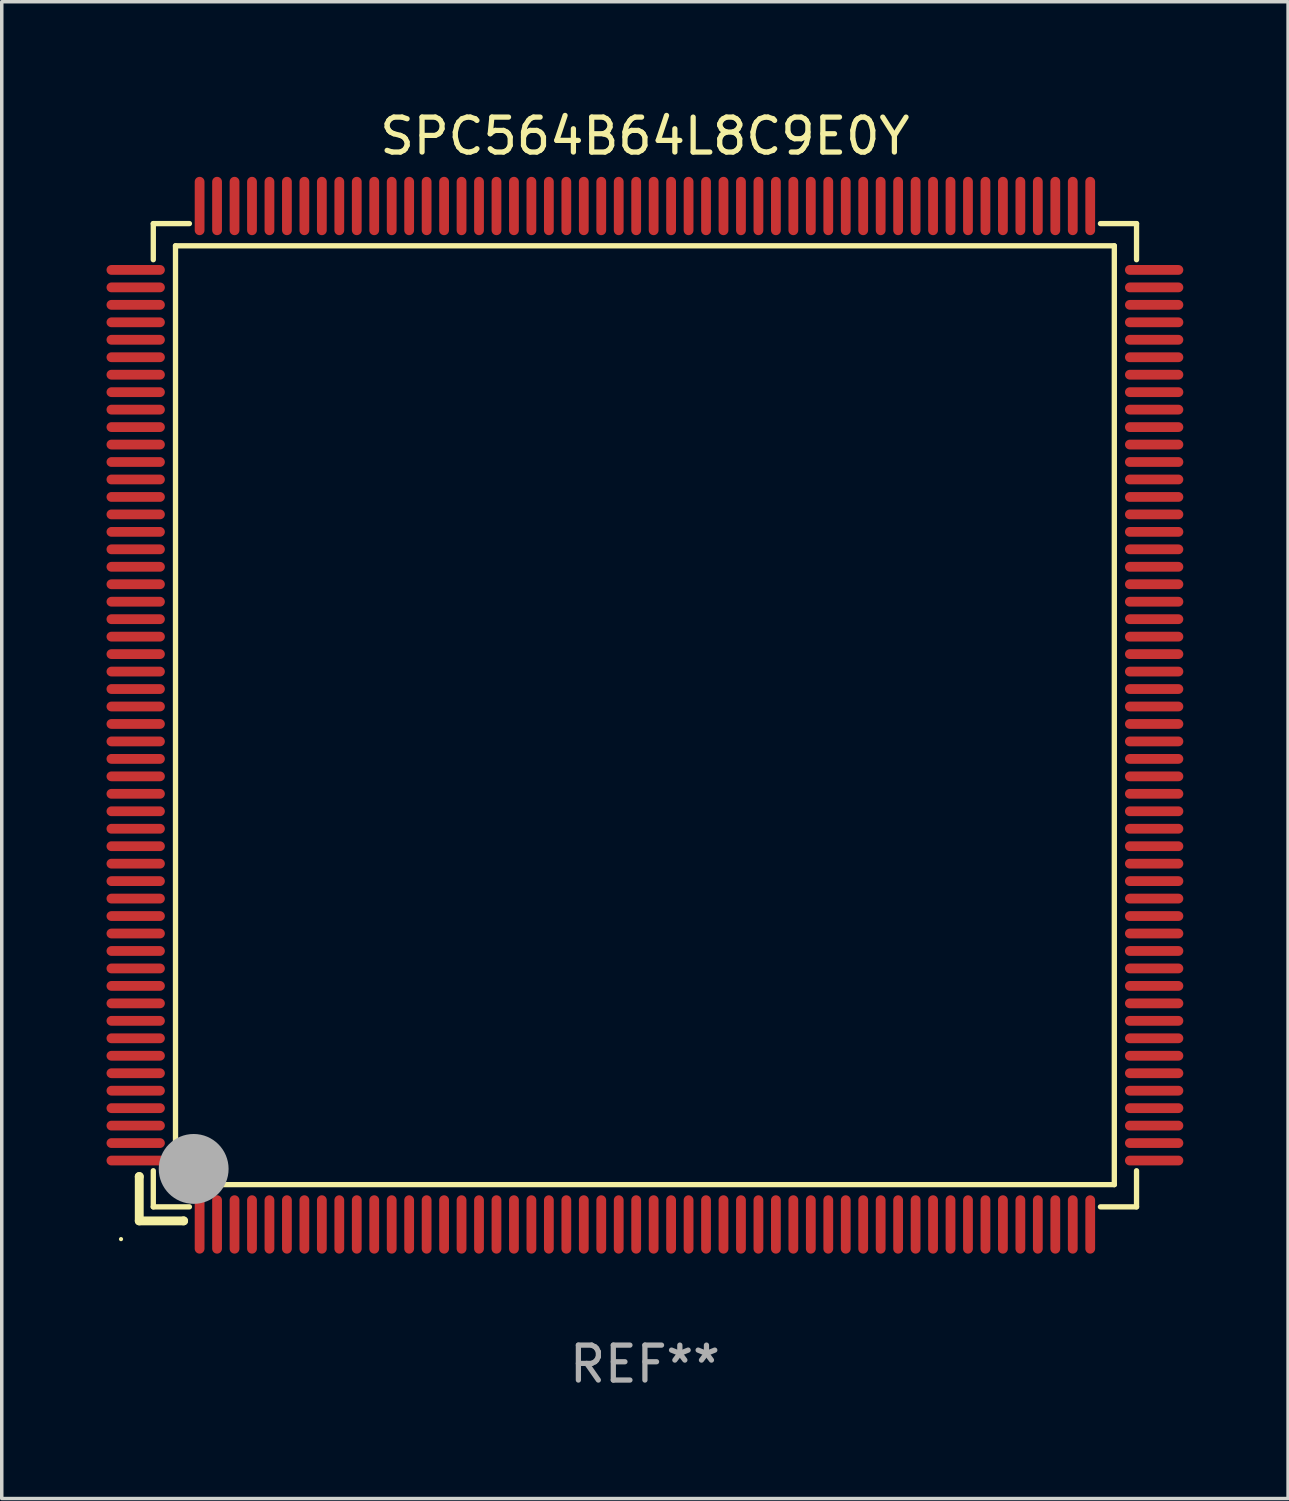
<source format=kicad_pcb>
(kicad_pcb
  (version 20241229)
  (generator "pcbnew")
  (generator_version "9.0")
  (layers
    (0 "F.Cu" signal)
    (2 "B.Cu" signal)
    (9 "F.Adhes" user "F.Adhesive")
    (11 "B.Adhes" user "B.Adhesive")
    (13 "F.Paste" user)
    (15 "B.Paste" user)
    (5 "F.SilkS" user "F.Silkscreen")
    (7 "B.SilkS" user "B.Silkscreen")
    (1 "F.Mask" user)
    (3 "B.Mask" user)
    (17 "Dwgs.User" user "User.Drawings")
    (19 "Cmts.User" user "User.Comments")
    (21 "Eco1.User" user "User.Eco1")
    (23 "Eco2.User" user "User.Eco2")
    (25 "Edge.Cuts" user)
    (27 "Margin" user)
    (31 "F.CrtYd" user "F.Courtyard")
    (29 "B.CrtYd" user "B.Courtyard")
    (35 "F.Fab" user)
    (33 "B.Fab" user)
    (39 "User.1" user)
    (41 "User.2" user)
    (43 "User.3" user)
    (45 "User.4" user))
  (footprint "SPC564B64L8C9E0Y"
    (layer "F.Cu")
    (at 15.415 17.428)
    (property "Reference" "SPC564B64L8C9E0Y" (at 0 -16.58 0) (layer "F.SilkS") (effects (font (size 1 1) (thickness 0.15))))
    (attr through_hole)
    (fp_line (start -14.478 13.208) (end -14.478 13.208) (stroke (width 0.254) (type solid)) (layer "F.SilkS"))
    (fp_line (start -14.478 13.208) (end -14.478 14.478) (stroke (width 0.254) (type solid)) (layer "F.SilkS"))
    (fp_line (start -14.478 14.478) (end -13.208 14.478) (stroke (width 0.254) (type solid)) (layer "F.SilkS"))
    (fp_line (start -14.076 -14.076) (end -14.076 -13.042) (stroke (width 0.152) (type solid)) (layer "F.SilkS"))
    (fp_line (start -14.076 14.076) (end -14.076 13.042) (stroke (width 0.152) (type solid)) (layer "F.SilkS"))
    (fp_line (start -13.44 -13.44) (end 13.44 -13.44) (stroke (width 0.152) (type solid)) (layer "F.SilkS"))
    (fp_line (start -13.44 13.44) (end -13.44 -13.44) (stroke (width 0.152) (type solid)) (layer "F.SilkS"))
    (fp_line (start -13.208 14.478) (end -13.208 14.478) (stroke (width 0.254) (type solid)) (layer "F.SilkS"))
    (fp_line (start -13.042 -14.076) (end -14.076 -14.076) (stroke (width 0.152) (type solid)) (layer "F.SilkS"))
    (fp_line (start -13.042 14.076) (end -14.076 14.076) (stroke (width 0.152) (type solid)) (layer "F.SilkS"))
    (fp_line (start 13.042 -14.076) (end 14.076 -14.076) (stroke (width 0.152) (type solid)) (layer "F.SilkS"))
    (fp_line (start 13.042 14.076) (end 14.076 14.076) (stroke (width 0.152) (type solid)) (layer "F.SilkS"))
    (fp_line (start 13.44 -13.44) (end 13.44 13.44) (stroke (width 0.152) (type solid)) (layer "F.SilkS"))
    (fp_line (start 13.44 13.44) (end -13.44 13.44) (stroke (width 0.152) (type solid)) (layer "F.SilkS"))
    (fp_line (start 14.076 -14.076) (end 14.076 -13.042) (stroke (width 0.152) (type solid)) (layer "F.SilkS"))
    (fp_line (start 14.076 14.076) (end 14.076 13.042) (stroke (width 0.152) (type solid)) (layer "F.SilkS"))
    (fp_circle (center -15 15) (end -14.97 15) (stroke (width 0.06) (type solid)) (fill no) (layer "F.SilkS"))
    (fp_circle (center -13.138 13.138) (end -13.063 13.138) (stroke (width 0.15) (type solid)) (fill no) (layer "F.SilkS"))
    (fp_circle (center -12.92 12.99) (end -12.42 12.99) (stroke (width 1) (type solid)) (fill no) (layer "F.Fab"))
    (fp_text user "REF**" (at 0 18.58 0) (layer "F.Fab") (effects (font (size 1 1) (thickness 0.15))))
    (pad "1" smd oval (at -12.75 14.58) (size 0.28 1.67) (layers "F.Cu" "F.Mask" "F.Paste"))
    (pad "2" smd oval (at -12.25 14.58) (size 0.28 1.67) (layers "F.Cu" "F.Mask" "F.Paste"))
    (pad "3" smd oval (at -11.75 14.58) (size 0.28 1.67) (layers "F.Cu" "F.Mask" "F.Paste"))
    (pad "4" smd oval (at -11.25 14.58) (size 0.28 1.67) (layers "F.Cu" "F.Mask" "F.Paste"))
    (pad "5" smd oval (at -10.75 14.58) (size 0.28 1.67) (layers "F.Cu" "F.Mask" "F.Paste"))
    (pad "6" smd oval (at -10.25 14.58) (size 0.28 1.67) (layers "F.Cu" "F.Mask" "F.Paste"))
    (pad "7" smd oval (at -9.75 14.58) (size 0.28 1.67) (layers "F.Cu" "F.Mask" "F.Paste"))
    (pad "8" smd oval (at -9.25 14.58) (size 0.28 1.67) (layers "F.Cu" "F.Mask" "F.Paste"))
    (pad "9" smd oval (at -8.75 14.58) (size 0.28 1.67) (layers "F.Cu" "F.Mask" "F.Paste"))
    (pad "10" smd oval (at -8.25 14.58) (size 0.28 1.67) (layers "F.Cu" "F.Mask" "F.Paste"))
    (pad "11" smd oval (at -7.75 14.58) (size 0.28 1.67) (layers "F.Cu" "F.Mask" "F.Paste"))
    (pad "12" smd oval (at -7.25 14.58) (size 0.28 1.67) (layers "F.Cu" "F.Mask" "F.Paste"))
    (pad "13" smd oval (at -6.75 14.58) (size 0.28 1.67) (layers "F.Cu" "F.Mask" "F.Paste"))
    (pad "14" smd oval (at -6.25 14.58) (size 0.28 1.67) (layers "F.Cu" "F.Mask" "F.Paste"))
    (pad "15" smd oval (at -5.75 14.58) (size 0.28 1.67) (layers "F.Cu" "F.Mask" "F.Paste"))
    (pad "16" smd oval (at -5.25 14.58) (size 0.28 1.67) (layers "F.Cu" "F.Mask" "F.Paste"))
    (pad "17" smd oval (at -4.75 14.58) (size 0.28 1.67) (layers "F.Cu" "F.Mask" "F.Paste"))
    (pad "18" smd oval (at -4.25 14.58) (size 0.28 1.67) (layers "F.Cu" "F.Mask" "F.Paste"))
    (pad "19" smd oval (at -3.75 14.58) (size 0.28 1.67) (layers "F.Cu" "F.Mask" "F.Paste"))
    (pad "20" smd oval (at -3.25 14.58) (size 0.28 1.67) (layers "F.Cu" "F.Mask" "F.Paste"))
    (pad "21" smd oval (at -2.75 14.58) (size 0.28 1.67) (layers "F.Cu" "F.Mask" "F.Paste"))
    (pad "22" smd oval (at -2.25 14.58) (size 0.28 1.67) (layers "F.Cu" "F.Mask" "F.Paste"))
    (pad "23" smd oval (at -1.75 14.58) (size 0.28 1.67) (layers "F.Cu" "F.Mask" "F.Paste"))
    (pad "24" smd oval (at -1.25 14.58) (size 0.28 1.67) (layers "F.Cu" "F.Mask" "F.Paste"))
    (pad "25" smd oval (at -0.75 14.58) (size 0.28 1.67) (layers "F.Cu" "F.Mask" "F.Paste"))
    (pad "26" smd oval (at -0.25 14.58) (size 0.28 1.67) (layers "F.Cu" "F.Mask" "F.Paste"))
    (pad "27" smd oval (at 0.25 14.58) (size 0.28 1.67) (layers "F.Cu" "F.Mask" "F.Paste"))
    (pad "28" smd oval (at 0.75 14.58) (size 0.28 1.67) (layers "F.Cu" "F.Mask" "F.Paste"))
    (pad "29" smd oval (at 1.25 14.58) (size 0.28 1.67) (layers "F.Cu" "F.Mask" "F.Paste"))
    (pad "30" smd oval (at 1.75 14.58) (size 0.28 1.67) (layers "F.Cu" "F.Mask" "F.Paste"))
    (pad "31" smd oval (at 2.25 14.58) (size 0.28 1.67) (layers "F.Cu" "F.Mask" "F.Paste"))
    (pad "32" smd oval (at 2.75 14.58) (size 0.28 1.67) (layers "F.Cu" "F.Mask" "F.Paste"))
    (pad "33" smd oval (at 3.25 14.58) (size 0.28 1.67) (layers "F.Cu" "F.Mask" "F.Paste"))
    (pad "34" smd oval (at 3.75 14.58) (size 0.28 1.67) (layers "F.Cu" "F.Mask" "F.Paste"))
    (pad "35" smd oval (at 4.25 14.58) (size 0.28 1.67) (layers "F.Cu" "F.Mask" "F.Paste"))
    (pad "36" smd oval (at 4.75 14.58) (size 0.28 1.67) (layers "F.Cu" "F.Mask" "F.Paste"))
    (pad "37" smd oval (at 5.25 14.58) (size 0.28 1.67) (layers "F.Cu" "F.Mask" "F.Paste"))
    (pad "38" smd oval (at 5.75 14.58) (size 0.28 1.67) (layers "F.Cu" "F.Mask" "F.Paste"))
    (pad "39" smd oval (at 6.25 14.58) (size 0.28 1.67) (layers "F.Cu" "F.Mask" "F.Paste"))
    (pad "40" smd oval (at 6.75 14.58) (size 0.28 1.67) (layers "F.Cu" "F.Mask" "F.Paste"))
    (pad "41" smd oval (at 7.25 14.58) (size 0.28 1.67) (layers "F.Cu" "F.Mask" "F.Paste"))
    (pad "42" smd oval (at 7.75 14.58) (size 0.28 1.67) (layers "F.Cu" "F.Mask" "F.Paste"))
    (pad "43" smd oval (at 8.25 14.58) (size 0.28 1.67) (layers "F.Cu" "F.Mask" "F.Paste"))
    (pad "44" smd oval (at 8.75 14.58) (size 0.28 1.67) (layers "F.Cu" "F.Mask" "F.Paste"))
    (pad "45" smd oval (at 9.25 14.58) (size 0.28 1.67) (layers "F.Cu" "F.Mask" "F.Paste"))
    (pad "46" smd oval (at 9.75 14.58) (size 0.28 1.67) (layers "F.Cu" "F.Mask" "F.Paste"))
    (pad "47" smd oval (at 10.25 14.58) (size 0.28 1.67) (layers "F.Cu" "F.Mask" "F.Paste"))
    (pad "48" smd oval (at 10.75 14.58) (size 0.28 1.67) (layers "F.Cu" "F.Mask" "F.Paste"))
    (pad "49" smd oval (at 11.25 14.58) (size 0.28 1.67) (layers "F.Cu" "F.Mask" "F.Paste"))
    (pad "50" smd oval (at 11.75 14.58) (size 0.28 1.67) (layers "F.Cu" "F.Mask" "F.Paste"))
    (pad "51" smd oval (at 12.25 14.58) (size 0.28 1.67) (layers "F.Cu" "F.Mask" "F.Paste"))
    (pad "52" smd oval (at 12.75 14.58) (size 0.28 1.67) (layers "F.Cu" "F.Mask" "F.Paste"))
    (pad "53" smd oval (at 14.58 12.75) (size 1.67 0.28) (layers "F.Cu" "F.Mask" "F.Paste"))
    (pad "54" smd oval (at 14.58 12.25) (size 1.67 0.28) (layers "F.Cu" "F.Mask" "F.Paste"))
    (pad "55" smd oval (at 14.58 11.75) (size 1.67 0.28) (layers "F.Cu" "F.Mask" "F.Paste"))
    (pad "56" smd oval (at 14.58 11.25) (size 1.67 0.28) (layers "F.Cu" "F.Mask" "F.Paste"))
    (pad "57" smd oval (at 14.58 10.75) (size 1.67 0.28) (layers "F.Cu" "F.Mask" "F.Paste"))
    (pad "58" smd oval (at 14.58 10.25) (size 1.67 0.28) (layers "F.Cu" "F.Mask" "F.Paste"))
    (pad "59" smd oval (at 14.58 9.75) (size 1.67 0.28) (layers "F.Cu" "F.Mask" "F.Paste"))
    (pad "60" smd oval (at 14.58 9.25) (size 1.67 0.28) (layers "F.Cu" "F.Mask" "F.Paste"))
    (pad "61" smd oval (at 14.58 8.75) (size 1.67 0.28) (layers "F.Cu" "F.Mask" "F.Paste"))
    (pad "62" smd oval (at 14.58 8.25) (size 1.67 0.28) (layers "F.Cu" "F.Mask" "F.Paste"))
    (pad "63" smd oval (at 14.58 7.75) (size 1.67 0.28) (layers "F.Cu" "F.Mask" "F.Paste"))
    (pad "64" smd oval (at 14.58 7.25) (size 1.67 0.28) (layers "F.Cu" "F.Mask" "F.Paste"))
    (pad "65" smd oval (at 14.58 6.75) (size 1.67 0.28) (layers "F.Cu" "F.Mask" "F.Paste"))
    (pad "66" smd oval (at 14.58 6.25) (size 1.67 0.28) (layers "F.Cu" "F.Mask" "F.Paste"))
    (pad "67" smd oval (at 14.58 5.75) (size 1.67 0.28) (layers "F.Cu" "F.Mask" "F.Paste"))
    (pad "68" smd oval (at 14.58 5.25) (size 1.67 0.28) (layers "F.Cu" "F.Mask" "F.Paste"))
    (pad "69" smd oval (at 14.58 4.75) (size 1.67 0.28) (layers "F.Cu" "F.Mask" "F.Paste"))
    (pad "70" smd oval (at 14.58 4.25) (size 1.67 0.28) (layers "F.Cu" "F.Mask" "F.Paste"))
    (pad "71" smd oval (at 14.58 3.75) (size 1.67 0.28) (layers "F.Cu" "F.Mask" "F.Paste"))
    (pad "72" smd oval (at 14.58 3.25) (size 1.67 0.28) (layers "F.Cu" "F.Mask" "F.Paste"))
    (pad "73" smd oval (at 14.58 2.75) (size 1.67 0.28) (layers "F.Cu" "F.Mask" "F.Paste"))
    (pad "74" smd oval (at 14.58 2.25) (size 1.67 0.28) (layers "F.Cu" "F.Mask" "F.Paste"))
    (pad "75" smd oval (at 14.58 1.75) (size 1.67 0.28) (layers "F.Cu" "F.Mask" "F.Paste"))
    (pad "76" smd oval (at 14.58 1.25) (size 1.67 0.28) (layers "F.Cu" "F.Mask" "F.Paste"))
    (pad "77" smd oval (at 14.58 0.75) (size 1.67 0.28) (layers "F.Cu" "F.Mask" "F.Paste"))
    (pad "78" smd oval (at 14.58 0.25) (size 1.67 0.28) (layers "F.Cu" "F.Mask" "F.Paste"))
    (pad "79" smd oval (at 14.58 -0.25) (size 1.67 0.28) (layers "F.Cu" "F.Mask" "F.Paste"))
    (pad "80" smd oval (at 14.58 -0.75) (size 1.67 0.28) (layers "F.Cu" "F.Mask" "F.Paste"))
    (pad "81" smd oval (at 14.58 -1.25) (size 1.67 0.28) (layers "F.Cu" "F.Mask" "F.Paste"))
    (pad "82" smd oval (at 14.58 -1.75) (size 1.67 0.28) (layers "F.Cu" "F.Mask" "F.Paste"))
    (pad "83" smd oval (at 14.58 -2.25) (size 1.67 0.28) (layers "F.Cu" "F.Mask" "F.Paste"))
    (pad "84" smd oval (at 14.58 -2.75) (size 1.67 0.28) (layers "F.Cu" "F.Mask" "F.Paste"))
    (pad "85" smd oval (at 14.58 -3.25) (size 1.67 0.28) (layers "F.Cu" "F.Mask" "F.Paste"))
    (pad "86" smd oval (at 14.58 -3.75) (size 1.67 0.28) (layers "F.Cu" "F.Mask" "F.Paste"))
    (pad "87" smd oval (at 14.58 -4.25) (size 1.67 0.28) (layers "F.Cu" "F.Mask" "F.Paste"))
    (pad "88" smd oval (at 14.58 -4.75) (size 1.67 0.28) (layers "F.Cu" "F.Mask" "F.Paste"))
    (pad "89" smd oval (at 14.58 -5.25) (size 1.67 0.28) (layers "F.Cu" "F.Mask" "F.Paste"))
    (pad "90" smd oval (at 14.58 -5.75) (size 1.67 0.28) (layers "F.Cu" "F.Mask" "F.Paste"))
    (pad "91" smd oval (at 14.58 -6.25) (size 1.67 0.28) (layers "F.Cu" "F.Mask" "F.Paste"))
    (pad "92" smd oval (at 14.58 -6.75) (size 1.67 0.28) (layers "F.Cu" "F.Mask" "F.Paste"))
    (pad "93" smd oval (at 14.58 -7.25) (size 1.67 0.28) (layers "F.Cu" "F.Mask" "F.Paste"))
    (pad "94" smd oval (at 14.58 -7.75) (size 1.67 0.28) (layers "F.Cu" "F.Mask" "F.Paste"))
    (pad "95" smd oval (at 14.58 -8.25) (size 1.67 0.28) (layers "F.Cu" "F.Mask" "F.Paste"))
    (pad "96" smd oval (at 14.58 -8.75) (size 1.67 0.28) (layers "F.Cu" "F.Mask" "F.Paste"))
    (pad "97" smd oval (at 14.58 -9.25) (size 1.67 0.28) (layers "F.Cu" "F.Mask" "F.Paste"))
    (pad "98" smd oval (at 14.58 -9.75) (size 1.67 0.28) (layers "F.Cu" "F.Mask" "F.Paste"))
    (pad "99" smd oval (at 14.58 -10.25) (size 1.67 0.28) (layers "F.Cu" "F.Mask" "F.Paste"))
    (pad "100" smd oval (at 14.58 -10.75) (size 1.67 0.28) (layers "F.Cu" "F.Mask" "F.Paste"))
    (pad "101" smd oval (at 14.58 -11.25) (size 1.67 0.28) (layers "F.Cu" "F.Mask" "F.Paste"))
    (pad "102" smd oval (at 14.58 -11.75) (size 1.67 0.28) (layers "F.Cu" "F.Mask" "F.Paste"))
    (pad "103" smd oval (at 14.58 -12.25) (size 1.67 0.28) (layers "F.Cu" "F.Mask" "F.Paste"))
    (pad "104" smd oval (at 14.58 -12.75) (size 1.67 0.28) (layers "F.Cu" "F.Mask" "F.Paste"))
    (pad "105" smd oval (at 12.75 -14.58) (size 0.28 1.67) (layers "F.Cu" "F.Mask" "F.Paste"))
    (pad "106" smd oval (at 12.25 -14.58) (size 0.28 1.67) (layers "F.Cu" "F.Mask" "F.Paste"))
    (pad "107" smd oval (at 11.75 -14.58) (size 0.28 1.67) (layers "F.Cu" "F.Mask" "F.Paste"))
    (pad "108" smd oval (at 11.25 -14.58) (size 0.28 1.67) (layers "F.Cu" "F.Mask" "F.Paste"))
    (pad "109" smd oval (at 10.75 -14.58) (size 0.28 1.67) (layers "F.Cu" "F.Mask" "F.Paste"))
    (pad "110" smd oval (at 10.25 -14.58) (size 0.28 1.67) (layers "F.Cu" "F.Mask" "F.Paste"))
    (pad "111" smd oval (at 9.75 -14.58) (size 0.28 1.67) (layers "F.Cu" "F.Mask" "F.Paste"))
    (pad "112" smd oval (at 9.25 -14.58) (size 0.28 1.67) (layers "F.Cu" "F.Mask" "F.Paste"))
    (pad "113" smd oval (at 8.75 -14.58) (size 0.28 1.67) (layers "F.Cu" "F.Mask" "F.Paste"))
    (pad "114" smd oval (at 8.25 -14.58) (size 0.28 1.67) (layers "F.Cu" "F.Mask" "F.Paste"))
    (pad "115" smd oval (at 7.75 -14.58) (size 0.28 1.67) (layers "F.Cu" "F.Mask" "F.Paste"))
    (pad "116" smd oval (at 7.25 -14.58) (size 0.28 1.67) (layers "F.Cu" "F.Mask" "F.Paste"))
    (pad "117" smd oval (at 6.75 -14.58) (size 0.28 1.67) (layers "F.Cu" "F.Mask" "F.Paste"))
    (pad "118" smd oval (at 6.25 -14.58) (size 0.28 1.67) (layers "F.Cu" "F.Mask" "F.Paste"))
    (pad "119" smd oval (at 5.75 -14.58) (size 0.28 1.67) (layers "F.Cu" "F.Mask" "F.Paste"))
    (pad "120" smd oval (at 5.25 -14.58) (size 0.28 1.67) (layers "F.Cu" "F.Mask" "F.Paste"))
    (pad "121" smd oval (at 4.75 -14.58) (size 0.28 1.67) (layers "F.Cu" "F.Mask" "F.Paste"))
    (pad "122" smd oval (at 4.25 -14.58) (size 0.28 1.67) (layers "F.Cu" "F.Mask" "F.Paste"))
    (pad "123" smd oval (at 3.75 -14.58) (size 0.28 1.67) (layers "F.Cu" "F.Mask" "F.Paste"))
    (pad "124" smd oval (at 3.25 -14.58) (size 0.28 1.67) (layers "F.Cu" "F.Mask" "F.Paste"))
    (pad "125" smd oval (at 2.75 -14.58) (size 0.28 1.67) (layers "F.Cu" "F.Mask" "F.Paste"))
    (pad "126" smd oval (at 2.25 -14.58) (size 0.28 1.67) (layers "F.Cu" "F.Mask" "F.Paste"))
    (pad "127" smd oval (at 1.75 -14.58) (size 0.28 1.67) (layers "F.Cu" "F.Mask" "F.Paste"))
    (pad "128" smd oval (at 1.25 -14.58) (size 0.28 1.67) (layers "F.Cu" "F.Mask" "F.Paste"))
    (pad "129" smd oval (at 0.75 -14.58) (size 0.28 1.67) (layers "F.Cu" "F.Mask" "F.Paste"))
    (pad "130" smd oval (at 0.25 -14.58) (size 0.28 1.67) (layers "F.Cu" "F.Mask" "F.Paste"))
    (pad "131" smd oval (at -0.25 -14.58) (size 0.28 1.67) (layers "F.Cu" "F.Mask" "F.Paste"))
    (pad "132" smd oval (at -0.75 -14.58) (size 0.28 1.67) (layers "F.Cu" "F.Mask" "F.Paste"))
    (pad "133" smd oval (at -1.25 -14.58) (size 0.28 1.67) (layers "F.Cu" "F.Mask" "F.Paste"))
    (pad "134" smd oval (at -1.75 -14.58) (size 0.28 1.67) (layers "F.Cu" "F.Mask" "F.Paste"))
    (pad "135" smd oval (at -2.25 -14.58) (size 0.28 1.67) (layers "F.Cu" "F.Mask" "F.Paste"))
    (pad "136" smd oval (at -2.75 -14.58) (size 0.28 1.67) (layers "F.Cu" "F.Mask" "F.Paste"))
    (pad "137" smd oval (at -3.25 -14.58) (size 0.28 1.67) (layers "F.Cu" "F.Mask" "F.Paste"))
    (pad "138" smd oval (at -3.75 -14.58) (size 0.28 1.67) (layers "F.Cu" "F.Mask" "F.Paste"))
    (pad "139" smd oval (at -4.25 -14.58) (size 0.28 1.67) (layers "F.Cu" "F.Mask" "F.Paste"))
    (pad "140" smd oval (at -4.75 -14.58) (size 0.28 1.67) (layers "F.Cu" "F.Mask" "F.Paste"))
    (pad "141" smd oval (at -5.25 -14.58) (size 0.28 1.67) (layers "F.Cu" "F.Mask" "F.Paste"))
    (pad "142" smd oval (at -5.75 -14.58) (size 0.28 1.67) (layers "F.Cu" "F.Mask" "F.Paste"))
    (pad "143" smd oval (at -6.25 -14.58) (size 0.28 1.67) (layers "F.Cu" "F.Mask" "F.Paste"))
    (pad "144" smd oval (at -6.75 -14.58) (size 0.28 1.67) (layers "F.Cu" "F.Mask" "F.Paste"))
    (pad "145" smd oval (at -7.25 -14.58) (size 0.28 1.67) (layers "F.Cu" "F.Mask" "F.Paste"))
    (pad "146" smd oval (at -7.75 -14.58) (size 0.28 1.67) (layers "F.Cu" "F.Mask" "F.Paste"))
    (pad "147" smd oval (at -8.25 -14.58) (size 0.28 1.67) (layers "F.Cu" "F.Mask" "F.Paste"))
    (pad "148" smd oval (at -8.75 -14.58) (size 0.28 1.67) (layers "F.Cu" "F.Mask" "F.Paste"))
    (pad "149" smd oval (at -9.25 -14.58) (size 0.28 1.67) (layers "F.Cu" "F.Mask" "F.Paste"))
    (pad "150" smd oval (at -9.75 -14.58) (size 0.28 1.67) (layers "F.Cu" "F.Mask" "F.Paste"))
    (pad "151" smd oval (at -10.25 -14.58) (size 0.28 1.67) (layers "F.Cu" "F.Mask" "F.Paste"))
    (pad "152" smd oval (at -10.75 -14.58) (size 0.28 1.67) (layers "F.Cu" "F.Mask" "F.Paste"))
    (pad "153" smd oval (at -11.25 -14.58) (size 0.28 1.67) (layers "F.Cu" "F.Mask" "F.Paste"))
    (pad "154" smd oval (at -11.75 -14.58) (size 0.28 1.67) (layers "F.Cu" "F.Mask" "F.Paste"))
    (pad "155" smd oval (at -12.25 -14.58) (size 0.28 1.67) (layers "F.Cu" "F.Mask" "F.Paste"))
    (pad "156" smd oval (at -12.75 -14.58) (size 0.28 1.67) (layers "F.Cu" "F.Mask" "F.Paste"))
    (pad "157" smd oval (at -14.58 -12.75) (size 1.67 0.28) (layers "F.Cu" "F.Mask" "F.Paste"))
    (pad "158" smd oval (at -14.58 -12.25) (size 1.67 0.28) (layers "F.Cu" "F.Mask" "F.Paste"))
    (pad "159" smd oval (at -14.58 -11.75) (size 1.67 0.28) (layers "F.Cu" "F.Mask" "F.Paste"))
    (pad "160" smd oval (at -14.58 -11.25) (size 1.67 0.28) (layers "F.Cu" "F.Mask" "F.Paste"))
    (pad "161" smd oval (at -14.58 -10.75) (size 1.67 0.28) (layers "F.Cu" "F.Mask" "F.Paste"))
    (pad "162" smd oval (at -14.58 -10.25) (size 1.67 0.28) (layers "F.Cu" "F.Mask" "F.Paste"))
    (pad "163" smd oval (at -14.58 -9.75) (size 1.67 0.28) (layers "F.Cu" "F.Mask" "F.Paste"))
    (pad "164" smd oval (at -14.58 -9.25) (size 1.67 0.28) (layers "F.Cu" "F.Mask" "F.Paste"))
    (pad "165" smd oval (at -14.58 -8.75) (size 1.67 0.28) (layers "F.Cu" "F.Mask" "F.Paste"))
    (pad "166" smd oval (at -14.58 -8.25) (size 1.67 0.28) (layers "F.Cu" "F.Mask" "F.Paste"))
    (pad "167" smd oval (at -14.58 -7.75) (size 1.67 0.28) (layers "F.Cu" "F.Mask" "F.Paste"))
    (pad "168" smd oval (at -14.58 -7.25) (size 1.67 0.28) (layers "F.Cu" "F.Mask" "F.Paste"))
    (pad "169" smd oval (at -14.58 -6.75) (size 1.67 0.28) (layers "F.Cu" "F.Mask" "F.Paste"))
    (pad "170" smd oval (at -14.58 -6.25) (size 1.67 0.28) (layers "F.Cu" "F.Mask" "F.Paste"))
    (pad "171" smd oval (at -14.58 -5.75) (size 1.67 0.28) (layers "F.Cu" "F.Mask" "F.Paste"))
    (pad "172" smd oval (at -14.58 -5.25) (size 1.67 0.28) (layers "F.Cu" "F.Mask" "F.Paste"))
    (pad "173" smd oval (at -14.58 -4.75) (size 1.67 0.28) (layers "F.Cu" "F.Mask" "F.Paste"))
    (pad "174" smd oval (at -14.58 -4.25) (size 1.67 0.28) (layers "F.Cu" "F.Mask" "F.Paste"))
    (pad "175" smd oval (at -14.58 -3.75) (size 1.67 0.28) (layers "F.Cu" "F.Mask" "F.Paste"))
    (pad "176" smd oval (at -14.58 -3.25) (size 1.67 0.28) (layers "F.Cu" "F.Mask" "F.Paste"))
    (pad "177" smd oval (at -14.58 -2.75) (size 1.67 0.28) (layers "F.Cu" "F.Mask" "F.Paste"))
    (pad "178" smd oval (at -14.58 -2.25) (size 1.67 0.28) (layers "F.Cu" "F.Mask" "F.Paste"))
    (pad "179" smd oval (at -14.58 -1.75) (size 1.67 0.28) (layers "F.Cu" "F.Mask" "F.Paste"))
    (pad "180" smd oval (at -14.58 -1.25) (size 1.67 0.28) (layers "F.Cu" "F.Mask" "F.Paste"))
    (pad "181" smd oval (at -14.58 -0.75) (size 1.67 0.28) (layers "F.Cu" "F.Mask" "F.Paste"))
    (pad "182" smd oval (at -14.58 -0.25) (size 1.67 0.28) (layers "F.Cu" "F.Mask" "F.Paste"))
    (pad "183" smd oval (at -14.58 0.25) (size 1.67 0.28) (layers "F.Cu" "F.Mask" "F.Paste"))
    (pad "184" smd oval (at -14.58 0.75) (size 1.67 0.28) (layers "F.Cu" "F.Mask" "F.Paste"))
    (pad "185" smd oval (at -14.58 1.25) (size 1.67 0.28) (layers "F.Cu" "F.Mask" "F.Paste"))
    (pad "186" smd oval (at -14.58 1.75) (size 1.67 0.28) (layers "F.Cu" "F.Mask" "F.Paste"))
    (pad "187" smd oval (at -14.58 2.25) (size 1.67 0.28) (layers "F.Cu" "F.Mask" "F.Paste"))
    (pad "188" smd oval (at -14.58 2.75) (size 1.67 0.28) (layers "F.Cu" "F.Mask" "F.Paste"))
    (pad "189" smd oval (at -14.58 3.25) (size 1.67 0.28) (layers "F.Cu" "F.Mask" "F.Paste"))
    (pad "190" smd oval (at -14.58 3.75) (size 1.67 0.28) (layers "F.Cu" "F.Mask" "F.Paste"))
    (pad "191" smd oval (at -14.58 4.25) (size 1.67 0.28) (layers "F.Cu" "F.Mask" "F.Paste"))
    (pad "192" smd oval (at -14.58 4.75) (size 1.67 0.28) (layers "F.Cu" "F.Mask" "F.Paste"))
    (pad "193" smd oval (at -14.58 5.25) (size 1.67 0.28) (layers "F.Cu" "F.Mask" "F.Paste"))
    (pad "194" smd oval (at -14.58 5.75) (size 1.67 0.28) (layers "F.Cu" "F.Mask" "F.Paste"))
    (pad "195" smd oval (at -14.58 6.25) (size 1.67 0.28) (layers "F.Cu" "F.Mask" "F.Paste"))
    (pad "196" smd oval (at -14.58 6.75) (size 1.67 0.28) (layers "F.Cu" "F.Mask" "F.Paste"))
    (pad "197" smd oval (at -14.58 7.25) (size 1.67 0.28) (layers "F.Cu" "F.Mask" "F.Paste"))
    (pad "198" smd oval (at -14.58 7.75) (size 1.67 0.28) (layers "F.Cu" "F.Mask" "F.Paste"))
    (pad "199" smd oval (at -14.58 8.25) (size 1.67 0.28) (layers "F.Cu" "F.Mask" "F.Paste"))
    (pad "200" smd oval (at -14.58 8.75) (size 1.67 0.28) (layers "F.Cu" "F.Mask" "F.Paste"))
    (pad "201" smd oval (at -14.58 9.25) (size 1.67 0.28) (layers "F.Cu" "F.Mask" "F.Paste"))
    (pad "202" smd oval (at -14.58 9.75) (size 1.67 0.28) (layers "F.Cu" "F.Mask" "F.Paste"))
    (pad "203" smd oval (at -14.58 10.25) (size 1.67 0.28) (layers "F.Cu" "F.Mask" "F.Paste"))
    (pad "204" smd oval (at -14.58 10.75) (size 1.67 0.28) (layers "F.Cu" "F.Mask" "F.Paste"))
    (pad "205" smd oval (at -14.58 11.25) (size 1.67 0.28) (layers "F.Cu" "F.Mask" "F.Paste"))
    (pad "206" smd oval (at -14.58 11.75) (size 1.67 0.28) (layers "F.Cu" "F.Mask" "F.Paste"))
    (pad "207" smd oval (at -14.58 12.25) (size 1.67 0.28) (layers "F.Cu" "F.Mask" "F.Paste"))
    (pad "208" smd oval (at -14.58 12.75) (size 1.67 0.28) (layers "F.Cu" "F.Mask" "F.Paste")))
  (gr_rect
    (start -3 -3)
    (end 33.83 39.856)
    (stroke (width 0.1) (type default))
    (fill no)
    (layer "Edge.Cuts")))
</source>
